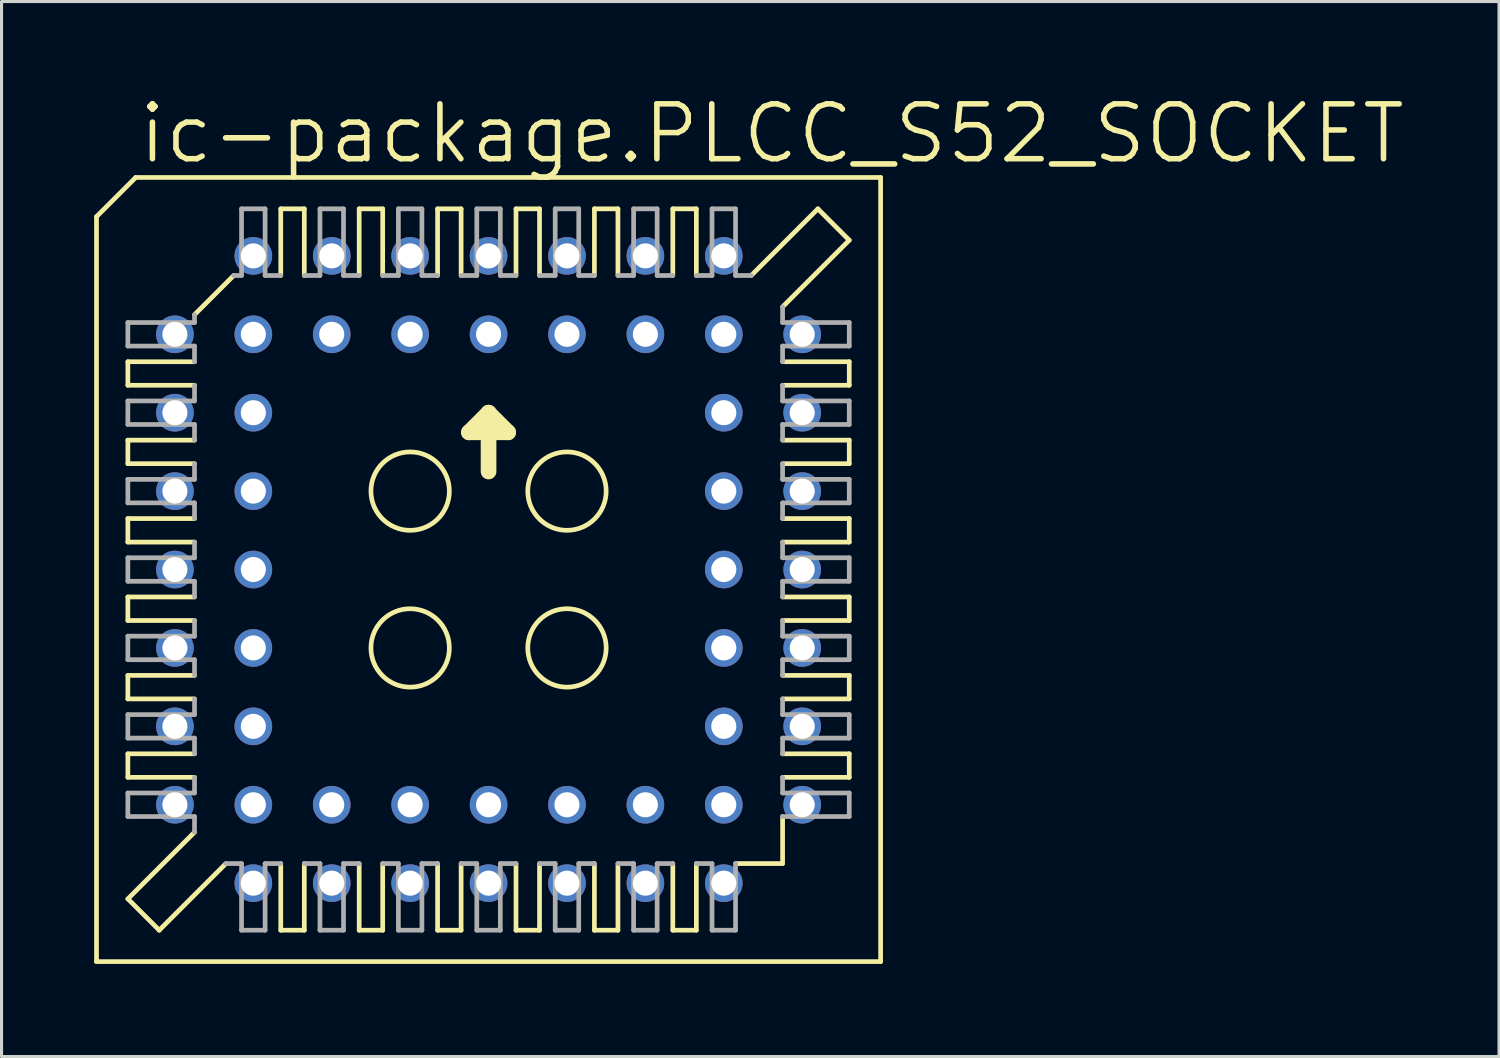
<source format=kicad_pcb>
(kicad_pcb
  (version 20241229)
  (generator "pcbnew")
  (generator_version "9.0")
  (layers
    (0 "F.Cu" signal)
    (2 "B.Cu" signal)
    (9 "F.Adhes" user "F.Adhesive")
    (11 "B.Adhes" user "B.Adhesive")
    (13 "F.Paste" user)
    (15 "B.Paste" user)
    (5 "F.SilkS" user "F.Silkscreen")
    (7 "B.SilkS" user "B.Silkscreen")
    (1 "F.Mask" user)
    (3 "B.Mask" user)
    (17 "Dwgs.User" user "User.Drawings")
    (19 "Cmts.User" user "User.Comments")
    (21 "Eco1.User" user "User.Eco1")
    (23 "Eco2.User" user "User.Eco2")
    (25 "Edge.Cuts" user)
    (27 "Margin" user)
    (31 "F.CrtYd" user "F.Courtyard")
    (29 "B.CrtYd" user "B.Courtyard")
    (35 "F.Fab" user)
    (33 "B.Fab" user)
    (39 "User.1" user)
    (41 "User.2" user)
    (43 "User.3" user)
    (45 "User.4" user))
  (footprint "ic-package.PLCC_S52_SOCKET"
    (layer "F.Cu")
    (at 12.776 15.399)
    (property "Reference" "ic-package.PLCC_S52_SOCKET" (at -11.43 -13.081 0) (layer "F.SilkS") (effects (font (size 1.778 1.778) (thickness 0.18)) (justify left bottom)))
    (attr through_hole)
    (fp_line (start -12.7 -11.43) (end -12.7 12.7) (stroke (width 0.152) (type default)) (layer "F.SilkS"))
    (fp_line (start -11.684 -6.731) (end -11.684 -5.969) (stroke (width 0.152) (type default)) (layer "F.SilkS"))
    (fp_line (start -11.684 -6.731) (end -9.525 -6.731) (stroke (width 0.152) (type default)) (layer "F.SilkS"))
    (fp_line (start -11.684 -4.191) (end -11.684 -3.429) (stroke (width 0.152) (type default)) (layer "F.SilkS"))
    (fp_line (start -11.684 -4.191) (end -9.525 -4.191) (stroke (width 0.152) (type default)) (layer "F.SilkS"))
    (fp_line (start -11.684 -0.889) (end -11.684 -1.651) (stroke (width 0.152) (type default)) (layer "F.SilkS"))
    (fp_line (start -11.684 -0.889) (end -9.525 -0.889) (stroke (width 0.152) (type default)) (layer "F.SilkS"))
    (fp_line (start -11.684 1.651) (end -11.684 0.889) (stroke (width 0.152) (type default)) (layer "F.SilkS"))
    (fp_line (start -11.684 1.651) (end -9.525 1.651) (stroke (width 0.152) (type default)) (layer "F.SilkS"))
    (fp_line (start -11.684 4.191) (end -11.684 3.429) (stroke (width 0.152) (type default)) (layer "F.SilkS"))
    (fp_line (start -11.684 4.191) (end -9.525 4.191) (stroke (width 0.152) (type default)) (layer "F.SilkS"))
    (fp_line (start -11.684 5.969) (end -11.684 6.731) (stroke (width 0.152) (type default)) (layer "F.SilkS"))
    (fp_line (start -11.684 5.969) (end -9.525 5.969) (stroke (width 0.152) (type default)) (layer "F.SilkS"))
    (fp_line (start -11.684 10.668) (end -9.525 8.509) (stroke (width 0.152) (type default)) (layer "F.SilkS"))
    (fp_line (start -11.43 -12.7) (end -12.7 -11.43) (stroke (width 0.152) (type default)) (layer "F.SilkS"))
    (fp_line (start -10.668 11.684) (end -11.684 10.668) (stroke (width 0.152) (type default)) (layer "F.SilkS"))
    (fp_line (start -10.668 11.684) (end -8.509 9.525) (stroke (width 0.152) (type default)) (layer "F.SilkS"))
    (fp_line (start -9.525 -8.255) (end -8.255 -9.525) (stroke (width 0.152) (type default)) (layer "F.SilkS"))
    (fp_line (start -9.525 -5.969) (end -11.684 -5.969) (stroke (width 0.152) (type default)) (layer "F.SilkS"))
    (fp_line (start -9.525 -3.429) (end -11.684 -3.429) (stroke (width 0.152) (type default)) (layer "F.SilkS"))
    (fp_line (start -9.525 -1.651) (end -11.684 -1.651) (stroke (width 0.152) (type default)) (layer "F.SilkS"))
    (fp_line (start -9.525 0.889) (end -11.684 0.889) (stroke (width 0.152) (type default)) (layer "F.SilkS"))
    (fp_line (start -9.525 3.429) (end -11.684 3.429) (stroke (width 0.152) (type default)) (layer "F.SilkS"))
    (fp_line (start -9.525 6.731) (end -11.684 6.731) (stroke (width 0.152) (type default)) (layer "F.SilkS"))
    (fp_line (start -6.731 -9.525) (end -6.731 -11.684) (stroke (width 0.152) (type default)) (layer "F.SilkS"))
    (fp_line (start -6.731 11.684) (end -6.731 9.525) (stroke (width 0.152) (type default)) (layer "F.SilkS"))
    (fp_line (start -6.731 11.684) (end -5.969 11.684) (stroke (width 0.152) (type default)) (layer "F.SilkS"))
    (fp_line (start -5.969 -11.684) (end -6.731 -11.684) (stroke (width 0.152) (type default)) (layer "F.SilkS"))
    (fp_line (start -5.969 -11.684) (end -5.969 -9.525) (stroke (width 0.152) (type default)) (layer "F.SilkS"))
    (fp_line (start -5.969 9.525) (end -5.969 11.684) (stroke (width 0.152) (type default)) (layer "F.SilkS"))
    (fp_line (start -4.191 -9.525) (end -4.191 -11.684) (stroke (width 0.152) (type default)) (layer "F.SilkS"))
    (fp_line (start -4.191 11.684) (end -4.191 9.525) (stroke (width 0.152) (type default)) (layer "F.SilkS"))
    (fp_line (start -4.191 11.684) (end -3.429 11.684) (stroke (width 0.152) (type default)) (layer "F.SilkS"))
    (fp_line (start -3.429 -11.684) (end -4.191 -11.684) (stroke (width 0.152) (type default)) (layer "F.SilkS"))
    (fp_line (start -3.429 -11.684) (end -3.429 -9.525) (stroke (width 0.152) (type default)) (layer "F.SilkS"))
    (fp_line (start -3.429 9.525) (end -3.429 11.684) (stroke (width 0.152) (type default)) (layer "F.SilkS"))
    (fp_line (start -1.651 -9.525) (end -1.651 -11.684) (stroke (width 0.152) (type default)) (layer "F.SilkS"))
    (fp_line (start -1.651 11.684) (end -1.651 9.525) (stroke (width 0.152) (type default)) (layer "F.SilkS"))
    (fp_line (start -1.651 11.684) (end -0.889 11.684) (stroke (width 0.152) (type default)) (layer "F.SilkS"))
    (fp_line (start -0.889 -11.684) (end -1.651 -11.684) (stroke (width 0.152) (type default)) (layer "F.SilkS"))
    (fp_line (start -0.889 -11.684) (end -0.889 -9.525) (stroke (width 0.152) (type default)) (layer "F.SilkS"))
    (fp_line (start -0.889 9.525) (end -0.889 11.684) (stroke (width 0.152) (type default)) (layer "F.SilkS"))
    (fp_line (start -0.635 -4.445) (end 0 -5.08) (stroke (width 0.508) (type default)) (layer "F.SilkS"))
    (fp_line (start 0 -5.08) (end 0 -3.175) (stroke (width 0.508) (type default)) (layer "F.SilkS"))
    (fp_line (start 0 -5.08) (end 0.635 -4.445) (stroke (width 0.508) (type default)) (layer "F.SilkS"))
    (fp_line (start 0.635 -4.445) (end -0.635 -4.445) (stroke (width 0.508) (type default)) (layer "F.SilkS"))
    (fp_line (start 0.889 -9.525) (end 0.889 -11.684) (stroke (width 0.152) (type default)) (layer "F.SilkS"))
    (fp_line (start 0.889 11.684) (end 0.889 9.525) (stroke (width 0.152) (type default)) (layer "F.SilkS"))
    (fp_line (start 0.889 11.684) (end 1.651 11.684) (stroke (width 0.152) (type default)) (layer "F.SilkS"))
    (fp_line (start 1.651 -11.684) (end 0.889 -11.684) (stroke (width 0.152) (type default)) (layer "F.SilkS"))
    (fp_line (start 1.651 -11.684) (end 1.651 -9.525) (stroke (width 0.152) (type default)) (layer "F.SilkS"))
    (fp_line (start 1.651 9.525) (end 1.651 11.684) (stroke (width 0.152) (type default)) (layer "F.SilkS"))
    (fp_line (start 3.429 -9.525) (end 3.429 -11.684) (stroke (width 0.152) (type default)) (layer "F.SilkS"))
    (fp_line (start 3.429 11.684) (end 3.429 9.525) (stroke (width 0.152) (type default)) (layer "F.SilkS"))
    (fp_line (start 3.429 11.684) (end 4.191 11.684) (stroke (width 0.152) (type default)) (layer "F.SilkS"))
    (fp_line (start 4.191 -11.684) (end 3.429 -11.684) (stroke (width 0.152) (type default)) (layer "F.SilkS"))
    (fp_line (start 4.191 -11.684) (end 4.191 -9.525) (stroke (width 0.152) (type default)) (layer "F.SilkS"))
    (fp_line (start 4.191 9.525) (end 4.191 11.684) (stroke (width 0.152) (type default)) (layer "F.SilkS"))
    (fp_line (start 5.969 -9.525) (end 5.969 -11.684) (stroke (width 0.152) (type default)) (layer "F.SilkS"))
    (fp_line (start 5.969 11.684) (end 5.969 9.525) (stroke (width 0.152) (type default)) (layer "F.SilkS"))
    (fp_line (start 5.969 11.684) (end 6.731 11.684) (stroke (width 0.152) (type default)) (layer "F.SilkS"))
    (fp_line (start 6.731 -11.684) (end 5.969 -11.684) (stroke (width 0.152) (type default)) (layer "F.SilkS"))
    (fp_line (start 6.731 -11.684) (end 6.731 -9.525) (stroke (width 0.152) (type default)) (layer "F.SilkS"))
    (fp_line (start 6.731 9.525) (end 6.731 11.684) (stroke (width 0.152) (type default)) (layer "F.SilkS"))
    (fp_line (start 8.001 9.525) (end 9.525 9.525) (stroke (width 0.152) (type default)) (layer "F.SilkS"))
    (fp_line (start 9.525 -6.731) (end 11.684 -6.731) (stroke (width 0.152) (type default)) (layer "F.SilkS"))
    (fp_line (start 9.525 -3.429) (end 11.684 -3.429) (stroke (width 0.152) (type default)) (layer "F.SilkS"))
    (fp_line (start 9.525 -0.889) (end 11.684 -0.889) (stroke (width 0.152) (type default)) (layer "F.SilkS"))
    (fp_line (start 9.525 1.651) (end 11.684 1.651) (stroke (width 0.152) (type default)) (layer "F.SilkS"))
    (fp_line (start 9.525 3.429) (end 11.684 3.429) (stroke (width 0.152) (type default)) (layer "F.SilkS"))
    (fp_line (start 9.525 5.969) (end 11.684 5.969) (stroke (width 0.152) (type default)) (layer "F.SilkS"))
    (fp_line (start 9.525 9.525) (end 9.525 8.001) (stroke (width 0.152) (type default)) (layer "F.SilkS"))
    (fp_line (start 10.668 -11.684) (end 8.509 -9.525) (stroke (width 0.152) (type default)) (layer "F.SilkS"))
    (fp_line (start 11.684 -10.668) (end 9.525 -8.509) (stroke (width 0.152) (type default)) (layer "F.SilkS"))
    (fp_line (start 11.684 -10.668) (end 10.668 -11.684) (stroke (width 0.152) (type default)) (layer "F.SilkS"))
    (fp_line (start 11.684 -5.969) (end 9.525 -5.969) (stroke (width 0.152) (type default)) (layer "F.SilkS"))
    (fp_line (start 11.684 -5.969) (end 11.684 -6.731) (stroke (width 0.152) (type default)) (layer "F.SilkS"))
    (fp_line (start 11.684 -4.191) (end 9.525 -4.191) (stroke (width 0.152) (type default)) (layer "F.SilkS"))
    (fp_line (start 11.684 -4.191) (end 11.684 -3.429) (stroke (width 0.152) (type default)) (layer "F.SilkS"))
    (fp_line (start 11.684 -1.651) (end 9.525 -1.651) (stroke (width 0.152) (type default)) (layer "F.SilkS"))
    (fp_line (start 11.684 -1.651) (end 11.684 -0.889) (stroke (width 0.152) (type default)) (layer "F.SilkS"))
    (fp_line (start 11.684 0.889) (end 9.525 0.889) (stroke (width 0.152) (type default)) (layer "F.SilkS"))
    (fp_line (start 11.684 0.889) (end 11.684 1.651) (stroke (width 0.152) (type default)) (layer "F.SilkS"))
    (fp_line (start 11.684 4.191) (end 9.525 4.191) (stroke (width 0.152) (type default)) (layer "F.SilkS"))
    (fp_line (start 11.684 4.191) (end 11.684 3.429) (stroke (width 0.152) (type default)) (layer "F.SilkS"))
    (fp_line (start 11.684 6.731) (end 9.525 6.731) (stroke (width 0.152) (type default)) (layer "F.SilkS"))
    (fp_line (start 11.684 6.731) (end 11.684 5.969) (stroke (width 0.152) (type default)) (layer "F.SilkS"))
    (fp_line (start 12.7 -12.7) (end -11.43 -12.7) (stroke (width 0.152) (type default)) (layer "F.SilkS"))
    (fp_line (start 12.7 12.7) (end -12.7 12.7) (stroke (width 0.152) (type default)) (layer "F.SilkS"))
    (fp_line (start 12.7 12.7) (end 12.7 -12.7) (stroke (width 0.152) (type default)) (layer "F.SilkS"))
    (fp_circle (center -2.54 -2.54) (end -1.27 -2.54) (stroke (width 0.152) (type default)) (fill no) (layer "F.SilkS"))
    (fp_circle (center -2.54 2.54) (end -1.27 2.54) (stroke (width 0.152) (type default)) (fill no) (layer "F.SilkS"))
    (fp_circle (center 2.54 -2.54) (end 3.81 -2.54) (stroke (width 0.152) (type default)) (fill no) (layer "F.SilkS"))
    (fp_circle (center 2.54 2.54) (end 3.81 2.54) (stroke (width 0.152) (type default)) (fill no) (layer "F.SilkS"))
    (fp_line (start -11.684 -8.001) (end -11.684 -7.239) (stroke (width 0.152) (type default)) (layer "F.Fab"))
    (fp_line (start -11.684 -8.001) (end -9.525 -8.001) (stroke (width 0.152) (type default)) (layer "F.Fab"))
    (fp_line (start -11.684 -5.461) (end -11.684 -4.699) (stroke (width 0.152) (type default)) (layer "F.Fab"))
    (fp_line (start -11.684 -5.461) (end -9.525 -5.461) (stroke (width 0.152) (type default)) (layer "F.Fab"))
    (fp_line (start -11.684 -2.921) (end -11.684 -2.159) (stroke (width 0.152) (type default)) (layer "F.Fab"))
    (fp_line (start -11.684 -2.921) (end -9.525 -2.921) (stroke (width 0.152) (type default)) (layer "F.Fab"))
    (fp_line (start -11.684 0.381) (end -11.684 -0.381) (stroke (width 0.152) (type default)) (layer "F.Fab"))
    (fp_line (start -11.684 0.381) (end -9.525 0.381) (stroke (width 0.152) (type default)) (layer "F.Fab"))
    (fp_line (start -11.684 2.921) (end -11.684 2.159) (stroke (width 0.152) (type default)) (layer "F.Fab"))
    (fp_line (start -11.684 2.921) (end -9.525 2.921) (stroke (width 0.152) (type default)) (layer "F.Fab"))
    (fp_line (start -11.684 5.461) (end -11.684 4.699) (stroke (width 0.152) (type default)) (layer "F.Fab"))
    (fp_line (start -11.684 5.461) (end -9.525 5.461) (stroke (width 0.152) (type default)) (layer "F.Fab"))
    (fp_line (start -11.684 8.001) (end -11.684 7.239) (stroke (width 0.152) (type default)) (layer "F.Fab"))
    (fp_line (start -11.684 8.001) (end -9.525 8.001) (stroke (width 0.152) (type default)) (layer "F.Fab"))
    (fp_line (start -9.525 -8.001) (end -9.525 -8.255) (stroke (width 0.152) (type default)) (layer "F.Fab"))
    (fp_line (start -9.525 -7.239) (end -11.684 -7.239) (stroke (width 0.152) (type default)) (layer "F.Fab"))
    (fp_line (start -9.525 -7.239) (end -9.525 -6.731) (stroke (width 0.152) (type default)) (layer "F.Fab"))
    (fp_line (start -9.525 -5.969) (end -9.525 -5.461) (stroke (width 0.152) (type default)) (layer "F.Fab"))
    (fp_line (start -9.525 -4.699) (end -11.684 -4.699) (stroke (width 0.152) (type default)) (layer "F.Fab"))
    (fp_line (start -9.525 -4.699) (end -9.525 -4.191) (stroke (width 0.152) (type default)) (layer "F.Fab"))
    (fp_line (start -9.525 -3.429) (end -9.525 -2.921) (stroke (width 0.152) (type default)) (layer "F.Fab"))
    (fp_line (start -9.525 -2.159) (end -11.684 -2.159) (stroke (width 0.152) (type default)) (layer "F.Fab"))
    (fp_line (start -9.525 -2.159) (end -9.525 -1.651) (stroke (width 0.152) (type default)) (layer "F.Fab"))
    (fp_line (start -9.525 -0.381) (end -11.684 -0.381) (stroke (width 0.152) (type default)) (layer "F.Fab"))
    (fp_line (start -9.525 -0.381) (end -9.525 -0.889) (stroke (width 0.152) (type default)) (layer "F.Fab"))
    (fp_line (start -9.525 0.889) (end -9.525 0.381) (stroke (width 0.152) (type default)) (layer "F.Fab"))
    (fp_line (start -9.525 2.159) (end -11.684 2.159) (stroke (width 0.152) (type default)) (layer "F.Fab"))
    (fp_line (start -9.525 2.159) (end -9.525 1.651) (stroke (width 0.152) (type default)) (layer "F.Fab"))
    (fp_line (start -9.525 3.429) (end -9.525 2.921) (stroke (width 0.152) (type default)) (layer "F.Fab"))
    (fp_line (start -9.525 4.699) (end -11.684 4.699) (stroke (width 0.152) (type default)) (layer "F.Fab"))
    (fp_line (start -9.525 4.699) (end -9.525 4.191) (stroke (width 0.152) (type default)) (layer "F.Fab"))
    (fp_line (start -9.525 5.461) (end -9.525 5.969) (stroke (width 0.152) (type default)) (layer "F.Fab"))
    (fp_line (start -9.525 6.731) (end -9.525 7.239) (stroke (width 0.152) (type default)) (layer "F.Fab"))
    (fp_line (start -9.525 7.239) (end -11.684 7.239) (stroke (width 0.152) (type default)) (layer "F.Fab"))
    (fp_line (start -9.525 8.509) (end -9.525 8.001) (stroke (width 0.152) (type default)) (layer "F.Fab"))
    (fp_line (start -8.509 9.525) (end -8.001 9.525) (stroke (width 0.152) (type default)) (layer "F.Fab"))
    (fp_line (start -8.255 -9.525) (end -8.001 -9.525) (stroke (width 0.152) (type default)) (layer "F.Fab"))
    (fp_line (start -8.001 -9.525) (end -8.001 -11.684) (stroke (width 0.152) (type default)) (layer "F.Fab"))
    (fp_line (start -8.001 11.684) (end -8.001 9.525) (stroke (width 0.152) (type default)) (layer "F.Fab"))
    (fp_line (start -8.001 11.684) (end -7.239 11.684) (stroke (width 0.152) (type default)) (layer "F.Fab"))
    (fp_line (start -7.239 -11.684) (end -8.001 -11.684) (stroke (width 0.152) (type default)) (layer "F.Fab"))
    (fp_line (start -7.239 -11.684) (end -7.239 -9.525) (stroke (width 0.152) (type default)) (layer "F.Fab"))
    (fp_line (start -7.239 9.525) (end -7.239 11.684) (stroke (width 0.152) (type default)) (layer "F.Fab"))
    (fp_line (start -7.239 9.525) (end -6.731 9.525) (stroke (width 0.152) (type default)) (layer "F.Fab"))
    (fp_line (start -6.731 -9.525) (end -7.239 -9.525) (stroke (width 0.152) (type default)) (layer "F.Fab"))
    (fp_line (start -5.969 9.525) (end -5.461 9.525) (stroke (width 0.152) (type default)) (layer "F.Fab"))
    (fp_line (start -5.461 -9.525) (end -5.969 -9.525) (stroke (width 0.152) (type default)) (layer "F.Fab"))
    (fp_line (start -5.461 -9.525) (end -5.461 -11.684) (stroke (width 0.152) (type default)) (layer "F.Fab"))
    (fp_line (start -5.461 11.684) (end -5.461 9.525) (stroke (width 0.152) (type default)) (layer "F.Fab"))
    (fp_line (start -5.461 11.684) (end -4.699 11.684) (stroke (width 0.152) (type default)) (layer "F.Fab"))
    (fp_line (start -4.699 -11.684) (end -5.461 -11.684) (stroke (width 0.152) (type default)) (layer "F.Fab"))
    (fp_line (start -4.699 -11.684) (end -4.699 -9.525) (stroke (width 0.152) (type default)) (layer "F.Fab"))
    (fp_line (start -4.699 9.525) (end -4.699 11.684) (stroke (width 0.152) (type default)) (layer "F.Fab"))
    (fp_line (start -4.699 9.525) (end -4.191 9.525) (stroke (width 0.152) (type default)) (layer "F.Fab"))
    (fp_line (start -4.191 -9.525) (end -4.699 -9.525) (stroke (width 0.152) (type default)) (layer "F.Fab"))
    (fp_line (start -3.429 9.525) (end -2.921 9.525) (stroke (width 0.152) (type default)) (layer "F.Fab"))
    (fp_line (start -2.921 -9.525) (end -3.429 -9.525) (stroke (width 0.152) (type default)) (layer "F.Fab"))
    (fp_line (start -2.921 -9.525) (end -2.921 -11.684) (stroke (width 0.152) (type default)) (layer "F.Fab"))
    (fp_line (start -2.921 11.684) (end -2.921 9.525) (stroke (width 0.152) (type default)) (layer "F.Fab"))
    (fp_line (start -2.921 11.684) (end -2.159 11.684) (stroke (width 0.152) (type default)) (layer "F.Fab"))
    (fp_line (start -2.159 -11.684) (end -2.921 -11.684) (stroke (width 0.152) (type default)) (layer "F.Fab"))
    (fp_line (start -2.159 -11.684) (end -2.159 -9.525) (stroke (width 0.152) (type default)) (layer "F.Fab"))
    (fp_line (start -2.159 9.525) (end -2.159 11.684) (stroke (width 0.152) (type default)) (layer "F.Fab"))
    (fp_line (start -2.159 9.525) (end -1.651 9.525) (stroke (width 0.152) (type default)) (layer "F.Fab"))
    (fp_line (start -1.651 -9.525) (end -2.159 -9.525) (stroke (width 0.152) (type default)) (layer "F.Fab"))
    (fp_line (start -0.889 9.525) (end -0.381 9.525) (stroke (width 0.152) (type default)) (layer "F.Fab"))
    (fp_line (start -0.381 -9.525) (end -0.889 -9.525) (stroke (width 0.152) (type default)) (layer "F.Fab"))
    (fp_line (start -0.381 -9.525) (end -0.381 -11.684) (stroke (width 0.152) (type default)) (layer "F.Fab"))
    (fp_line (start -0.381 11.684) (end -0.381 9.525) (stroke (width 0.152) (type default)) (layer "F.Fab"))
    (fp_line (start -0.381 11.684) (end 0.381 11.684) (stroke (width 0.152) (type default)) (layer "F.Fab"))
    (fp_line (start 0.381 -11.684) (end -0.381 -11.684) (stroke (width 0.152) (type default)) (layer "F.Fab"))
    (fp_line (start 0.381 -11.684) (end 0.381 -9.525) (stroke (width 0.152) (type default)) (layer "F.Fab"))
    (fp_line (start 0.381 9.525) (end 0.381 11.684) (stroke (width 0.152) (type default)) (layer "F.Fab"))
    (fp_line (start 0.381 9.525) (end 0.889 9.525) (stroke (width 0.152) (type default)) (layer "F.Fab"))
    (fp_line (start 0.889 -9.525) (end 0.381 -9.525) (stroke (width 0.152) (type default)) (layer "F.Fab"))
    (fp_line (start 1.651 9.525) (end 2.159 9.525) (stroke (width 0.152) (type default)) (layer "F.Fab"))
    (fp_line (start 2.159 -9.525) (end 1.651 -9.525) (stroke (width 0.152) (type default)) (layer "F.Fab"))
    (fp_line (start 2.159 -9.525) (end 2.159 -11.684) (stroke (width 0.152) (type default)) (layer "F.Fab"))
    (fp_line (start 2.159 11.684) (end 2.159 9.525) (stroke (width 0.152) (type default)) (layer "F.Fab"))
    (fp_line (start 2.159 11.684) (end 2.921 11.684) (stroke (width 0.152) (type default)) (layer "F.Fab"))
    (fp_line (start 2.921 -11.684) (end 2.159 -11.684) (stroke (width 0.152) (type default)) (layer "F.Fab"))
    (fp_line (start 2.921 -11.684) (end 2.921 -9.525) (stroke (width 0.152) (type default)) (layer "F.Fab"))
    (fp_line (start 2.921 9.525) (end 2.921 11.684) (stroke (width 0.152) (type default)) (layer "F.Fab"))
    (fp_line (start 2.921 9.525) (end 3.429 9.525) (stroke (width 0.152) (type default)) (layer "F.Fab"))
    (fp_line (start 3.429 -9.525) (end 2.921 -9.525) (stroke (width 0.152) (type default)) (layer "F.Fab"))
    (fp_line (start 4.191 9.525) (end 4.699 9.525) (stroke (width 0.152) (type default)) (layer "F.Fab"))
    (fp_line (start 4.699 -9.525) (end 4.191 -9.525) (stroke (width 0.152) (type default)) (layer "F.Fab"))
    (fp_line (start 4.699 -9.525) (end 4.699 -11.684) (stroke (width 0.152) (type default)) (layer "F.Fab"))
    (fp_line (start 4.699 11.684) (end 4.699 9.525) (stroke (width 0.152) (type default)) (layer "F.Fab"))
    (fp_line (start 4.699 11.684) (end 5.461 11.684) (stroke (width 0.152) (type default)) (layer "F.Fab"))
    (fp_line (start 5.461 -11.684) (end 4.699 -11.684) (stroke (width 0.152) (type default)) (layer "F.Fab"))
    (fp_line (start 5.461 -11.684) (end 5.461 -9.525) (stroke (width 0.152) (type default)) (layer "F.Fab"))
    (fp_line (start 5.461 9.525) (end 5.461 11.684) (stroke (width 0.152) (type default)) (layer "F.Fab"))
    (fp_line (start 5.461 9.525) (end 5.969 9.525) (stroke (width 0.152) (type default)) (layer "F.Fab"))
    (fp_line (start 5.969 -9.525) (end 5.461 -9.525) (stroke (width 0.152) (type default)) (layer "F.Fab"))
    (fp_line (start 6.731 9.525) (end 7.239 9.525) (stroke (width 0.152) (type default)) (layer "F.Fab"))
    (fp_line (start 7.239 -9.525) (end 6.731 -9.525) (stroke (width 0.152) (type default)) (layer "F.Fab"))
    (fp_line (start 7.239 -9.525) (end 7.239 -11.684) (stroke (width 0.152) (type default)) (layer "F.Fab"))
    (fp_line (start 7.239 11.684) (end 7.239 9.525) (stroke (width 0.152) (type default)) (layer "F.Fab"))
    (fp_line (start 7.239 11.684) (end 8.001 11.684) (stroke (width 0.152) (type default)) (layer "F.Fab"))
    (fp_line (start 8.001 -11.684) (end 7.239 -11.684) (stroke (width 0.152) (type default)) (layer "F.Fab"))
    (fp_line (start 8.001 -11.684) (end 8.001 -9.525) (stroke (width 0.152) (type default)) (layer "F.Fab"))
    (fp_line (start 8.001 9.525) (end 8.001 11.684) (stroke (width 0.152) (type default)) (layer "F.Fab"))
    (fp_line (start 8.509 -9.525) (end 8.001 -9.525) (stroke (width 0.152) (type default)) (layer "F.Fab"))
    (fp_line (start 9.525 -8.509) (end 9.525 -8.001) (stroke (width 0.152) (type default)) (layer "F.Fab"))
    (fp_line (start 9.525 -7.239) (end 11.684 -7.239) (stroke (width 0.152) (type default)) (layer "F.Fab"))
    (fp_line (start 9.525 -6.731) (end 9.525 -7.239) (stroke (width 0.152) (type default)) (layer "F.Fab"))
    (fp_line (start 9.525 -5.461) (end 9.525 -5.969) (stroke (width 0.152) (type default)) (layer "F.Fab"))
    (fp_line (start 9.525 -4.699) (end 9.525 -4.191) (stroke (width 0.152) (type default)) (layer "F.Fab"))
    (fp_line (start 9.525 -4.699) (end 11.684 -4.699) (stroke (width 0.152) (type default)) (layer "F.Fab"))
    (fp_line (start 9.525 -3.429) (end 9.525 -2.921) (stroke (width 0.152) (type default)) (layer "F.Fab"))
    (fp_line (start 9.525 -2.159) (end 9.525 -1.651) (stroke (width 0.152) (type default)) (layer "F.Fab"))
    (fp_line (start 9.525 -2.159) (end 11.684 -2.159) (stroke (width 0.152) (type default)) (layer "F.Fab"))
    (fp_line (start 9.525 -0.889) (end 9.525 -0.381) (stroke (width 0.152) (type default)) (layer "F.Fab"))
    (fp_line (start 9.525 0.381) (end 9.525 0.889) (stroke (width 0.152) (type default)) (layer "F.Fab"))
    (fp_line (start 9.525 0.381) (end 11.684 0.381) (stroke (width 0.152) (type default)) (layer "F.Fab"))
    (fp_line (start 9.525 1.651) (end 9.525 2.159) (stroke (width 0.152) (type default)) (layer "F.Fab"))
    (fp_line (start 9.525 2.159) (end 11.684 2.159) (stroke (width 0.152) (type default)) (layer "F.Fab"))
    (fp_line (start 9.525 3.429) (end 9.525 2.921) (stroke (width 0.152) (type default)) (layer "F.Fab"))
    (fp_line (start 9.525 4.699) (end 9.525 4.191) (stroke (width 0.152) (type default)) (layer "F.Fab"))
    (fp_line (start 9.525 4.699) (end 11.684 4.699) (stroke (width 0.152) (type default)) (layer "F.Fab"))
    (fp_line (start 9.525 5.969) (end 9.525 5.461) (stroke (width 0.152) (type default)) (layer "F.Fab"))
    (fp_line (start 9.525 7.239) (end 9.525 6.731) (stroke (width 0.152) (type default)) (layer "F.Fab"))
    (fp_line (start 9.525 7.239) (end 11.684 7.239) (stroke (width 0.152) (type default)) (layer "F.Fab"))
    (fp_line (start 11.684 -8.001) (end 9.525 -8.001) (stroke (width 0.152) (type default)) (layer "F.Fab"))
    (fp_line (start 11.684 -8.001) (end 11.684 -7.239) (stroke (width 0.152) (type default)) (layer "F.Fab"))
    (fp_line (start 11.684 -5.461) (end 9.525 -5.461) (stroke (width 0.152) (type default)) (layer "F.Fab"))
    (fp_line (start 11.684 -5.461) (end 11.684 -4.699) (stroke (width 0.152) (type default)) (layer "F.Fab"))
    (fp_line (start 11.684 -2.921) (end 9.525 -2.921) (stroke (width 0.152) (type default)) (layer "F.Fab"))
    (fp_line (start 11.684 -2.921) (end 11.684 -2.159) (stroke (width 0.152) (type default)) (layer "F.Fab"))
    (fp_line (start 11.684 -0.381) (end 9.525 -0.381) (stroke (width 0.152) (type default)) (layer "F.Fab"))
    (fp_line (start 11.684 -0.381) (end 11.684 0.381) (stroke (width 0.152) (type default)) (layer "F.Fab"))
    (fp_line (start 11.684 2.921) (end 9.525 2.921) (stroke (width 0.152) (type default)) (layer "F.Fab"))
    (fp_line (start 11.684 2.921) (end 11.684 2.159) (stroke (width 0.152) (type default)) (layer "F.Fab"))
    (fp_line (start 11.684 5.461) (end 9.525 5.461) (stroke (width 0.152) (type default)) (layer "F.Fab"))
    (fp_line (start 11.684 5.461) (end 11.684 4.699) (stroke (width 0.152) (type default)) (layer "F.Fab"))
    (fp_line (start 11.684 8.001) (end 9.525 8.001) (stroke (width 0.152) (type default)) (layer "F.Fab"))
    (fp_line (start 11.684 8.001) (end 11.684 7.239) (stroke (width 0.152) (type default)) (layer "F.Fab"))
    (pad "1" thru_hole circle (at 0 -10.16) (size 1.219 1.219) (drill 0.813) (layers "*.Cu" "*.Mask"))
    (pad "2" thru_hole circle (at 0 -7.62) (size 1.219 1.219) (drill 0.813) (layers "*.Cu" "*.Mask"))
    (pad "3" thru_hole circle (at -2.54 -10.16) (size 1.219 1.219) (drill 0.813) (layers "*.Cu" "*.Mask"))
    (pad "4" thru_hole circle (at -2.54 -7.62) (size 1.219 1.219) (drill 0.813) (layers "*.Cu" "*.Mask"))
    (pad "5" thru_hole circle (at -5.08 -10.16) (size 1.219 1.219) (drill 0.813) (layers "*.Cu" "*.Mask"))
    (pad "6" thru_hole circle (at -5.08 -7.62) (size 1.219 1.219) (drill 0.813) (layers "*.Cu" "*.Mask"))
    (pad "7" thru_hole circle (at -7.62 -10.16) (size 1.219 1.219) (drill 0.813) (layers "*.Cu" "*.Mask"))
    (pad "8" thru_hole circle (at -10.16 -7.62) (size 1.219 1.219) (drill 0.813) (layers "*.Cu" "*.Mask"))
    (pad "9" thru_hole circle (at -7.62 -7.62) (size 1.219 1.219) (drill 0.813) (layers "*.Cu" "*.Mask"))
    (pad "10" thru_hole circle (at -10.16 -5.08) (size 1.219 1.219) (drill 0.813) (layers "*.Cu" "*.Mask"))
    (pad "11" thru_hole circle (at -7.62 -5.08) (size 1.219 1.219) (drill 0.813) (layers "*.Cu" "*.Mask"))
    (pad "12" thru_hole circle (at -10.16 -2.54) (size 1.219 1.219) (drill 0.813) (layers "*.Cu" "*.Mask"))
    (pad "13" thru_hole circle (at -7.62 -2.54) (size 1.219 1.219) (drill 0.813) (layers "*.Cu" "*.Mask"))
    (pad "14" thru_hole circle (at -10.16 0) (size 1.219 1.219) (drill 0.813) (layers "*.Cu" "*.Mask"))
    (pad "15" thru_hole circle (at -7.62 0) (size 1.219 1.219) (drill 0.813) (layers "*.Cu" "*.Mask"))
    (pad "16" thru_hole circle (at -10.16 2.54) (size 1.219 1.219) (drill 0.813) (layers "*.Cu" "*.Mask"))
    (pad "17" thru_hole circle (at -7.62 2.54) (size 1.219 1.219) (drill 0.813) (layers "*.Cu" "*.Mask"))
    (pad "18" thru_hole circle (at -10.16 5.08) (size 1.219 1.219) (drill 0.813) (layers "*.Cu" "*.Mask"))
    (pad "19" thru_hole circle (at -7.62 5.08) (size 1.219 1.219) (drill 0.813) (layers "*.Cu" "*.Mask"))
    (pad "20" thru_hole circle (at -10.16 7.62) (size 1.219 1.219) (drill 0.813) (layers "*.Cu" "*.Mask"))
    (pad "21" thru_hole circle (at -7.62 10.16) (size 1.219 1.219) (drill 0.813) (layers "*.Cu" "*.Mask"))
    (pad "22" thru_hole circle (at -7.62 7.62) (size 1.219 1.219) (drill 0.813) (layers "*.Cu" "*.Mask"))
    (pad "23" thru_hole circle (at -5.08 10.16) (size 1.219 1.219) (drill 0.813) (layers "*.Cu" "*.Mask"))
    (pad "24" thru_hole circle (at -5.08 7.62) (size 1.219 1.219) (drill 0.813) (layers "*.Cu" "*.Mask"))
    (pad "25" thru_hole circle (at -2.54 10.16) (size 1.219 1.219) (drill 0.813) (layers "*.Cu" "*.Mask"))
    (pad "26" thru_hole circle (at -2.54 7.62) (size 1.219 1.219) (drill 0.813) (layers "*.Cu" "*.Mask"))
    (pad "27" thru_hole circle (at 0 10.16) (size 1.219 1.219) (drill 0.813) (layers "*.Cu" "*.Mask"))
    (pad "28" thru_hole circle (at 0 7.62) (size 1.219 1.219) (drill 0.813) (layers "*.Cu" "*.Mask"))
    (pad "29" thru_hole circle (at 2.54 10.16) (size 1.219 1.219) (drill 0.813) (layers "*.Cu" "*.Mask"))
    (pad "30" thru_hole circle (at 2.54 7.62) (size 1.219 1.219) (drill 0.813) (layers "*.Cu" "*.Mask"))
    (pad "31" thru_hole circle (at 5.08 10.16) (size 1.219 1.219) (drill 0.813) (layers "*.Cu" "*.Mask"))
    (pad "32" thru_hole circle (at 5.08 7.62) (size 1.219 1.219) (drill 0.813) (layers "*.Cu" "*.Mask"))
    (pad "33" thru_hole circle (at 7.62 10.16) (size 1.219 1.219) (drill 0.813) (layers "*.Cu" "*.Mask"))
    (pad "34" thru_hole circle (at 10.16 7.62) (size 1.219 1.219) (drill 0.813) (layers "*.Cu" "*.Mask"))
    (pad "35" thru_hole circle (at 7.62 7.62) (size 1.219 1.219) (drill 0.813) (layers "*.Cu" "*.Mask"))
    (pad "36" thru_hole circle (at 10.16 5.08) (size 1.219 1.219) (drill 0.813) (layers "*.Cu" "*.Mask"))
    (pad "37" thru_hole circle (at 7.62 5.08) (size 1.219 1.219) (drill 0.813) (layers "*.Cu" "*.Mask"))
    (pad "38" thru_hole circle (at 10.16 2.54) (size 1.219 1.219) (drill 0.813) (layers "*.Cu" "*.Mask"))
    (pad "39" thru_hole circle (at 7.62 2.54) (size 1.219 1.219) (drill 0.813) (layers "*.Cu" "*.Mask"))
    (pad "40" thru_hole circle (at 10.16 0) (size 1.219 1.219) (drill 0.813) (layers "*.Cu" "*.Mask"))
    (pad "41" thru_hole circle (at 7.62 0) (size 1.219 1.219) (drill 0.813) (layers "*.Cu" "*.Mask"))
    (pad "42" thru_hole circle (at 10.16 -2.54) (size 1.219 1.219) (drill 0.813) (layers "*.Cu" "*.Mask"))
    (pad "43" thru_hole circle (at 7.62 -2.54) (size 1.219 1.219) (drill 0.813) (layers "*.Cu" "*.Mask"))
    (pad "44" thru_hole circle (at 10.16 -5.08) (size 1.219 1.219) (drill 0.813) (layers "*.Cu" "*.Mask"))
    (pad "45" thru_hole circle (at 7.62 -5.08) (size 1.219 1.219) (drill 0.813) (layers "*.Cu" "*.Mask"))
    (pad "46" thru_hole circle (at 10.16 -7.62) (size 1.219 1.219) (drill 0.813) (layers "*.Cu" "*.Mask"))
    (pad "47" thru_hole circle (at 7.62 -10.16) (size 1.219 1.219) (drill 0.813) (layers "*.Cu" "*.Mask"))
    (pad "48" thru_hole circle (at 7.62 -7.62) (size 1.219 1.219) (drill 0.813) (layers "*.Cu" "*.Mask"))
    (pad "49" thru_hole circle (at 5.08 -10.16) (size 1.219 1.219) (drill 0.813) (layers "*.Cu" "*.Mask"))
    (pad "50" thru_hole circle (at 5.08 -7.62) (size 1.219 1.219) (drill 0.813) (layers "*.Cu" "*.Mask"))
    (pad "51" thru_hole circle (at 2.54 -10.16) (size 1.219 1.219) (drill 0.813) (layers "*.Cu" "*.Mask"))
    (pad "52" thru_hole circle (at 2.54 -7.62) (size 1.219 1.219) (drill 0.813) (layers "*.Cu" "*.Mask")))
  (gr_rect
    (start -3 -3)
    (end 45.509 31.175)
    (stroke (width 0.1) (type default))
    (fill no)
    (layer "Edge.Cuts")))
</source>
